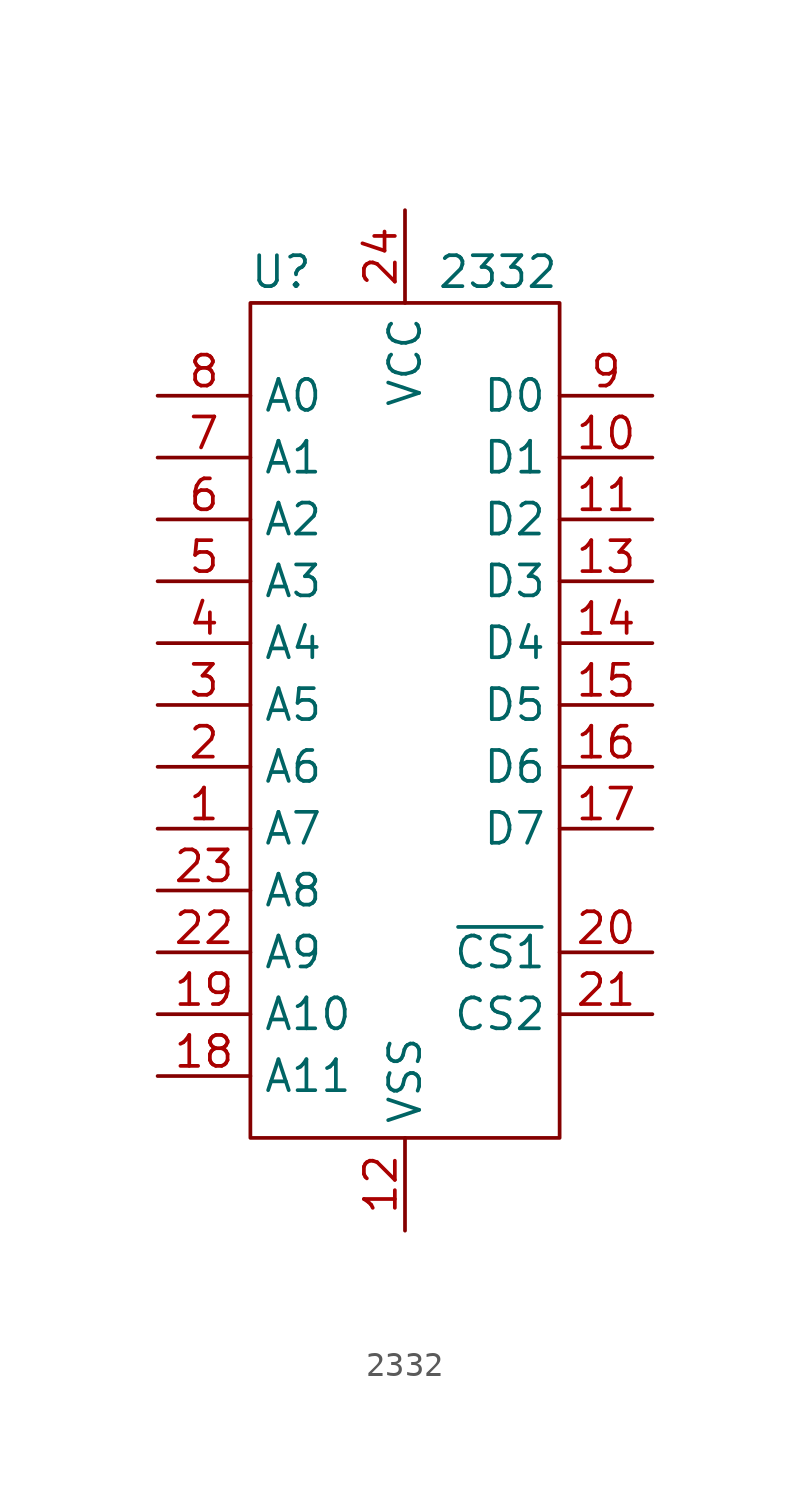
<source format=kicad_sym>
(kicad_symbol_lib
  (version 20220914)
  (generator kicad_symbol_editor)
  (symbol "2332"
    (property "Reference" "U"
      (at -5.08 -2.54 0)
      (effects (font (size 1.27 1.27))))
    (property "Value" "2332"
      (at 3.81 -2.54 0)
      (effects (font (size 1.27 1.27))))
    (symbol "2332_0_1"
      (rectangle (start -6.35 -3.81) (end 6.35 -38.1) (stroke (width 0) (type default)) (fill (type none))))
    (symbol "2332_1_1"
      (pin input line (at -10.16 -25.4 0) (length 3.81) (name "A7" (effects (font (size 1.27 1.27)))) (number "1" (effects (font (size 1.27 1.27)))))
      (pin output line (at 10.16 -10.16 180) (length 3.81) (name "D1" (effects (font (size 1.27 1.27)))) (number "10" (effects (font (size 1.27 1.27)))))
      (pin output line (at 10.16 -12.7 180) (length 3.81) (name "D2" (effects (font (size 1.27 1.27)))) (number "11" (effects (font (size 1.27 1.27)))))
      (pin power_in line (at 0 -41.91 90) (length 3.81) (name "VSS" (effects (font (size 1.27 1.27)))) (number "12" (effects (font (size 1.27 1.27)))))
      (pin output line (at 10.16 -15.24 180) (length 3.81) (name "D3" (effects (font (size 1.27 1.27)))) (number "13" (effects (font (size 1.27 1.27)))))
      (pin output line (at 10.16 -17.78 180) (length 3.81) (name "D4" (effects (font (size 1.27 1.27)))) (number "14" (effects (font (size 1.27 1.27)))))
      (pin output line (at 10.16 -20.32 180) (length 3.81) (name "D5" (effects (font (size 1.27 1.27)))) (number "15" (effects (font (size 1.27 1.27)))))
      (pin output line (at 10.16 -22.86 180) (length 3.81) (name "D6" (effects (font (size 1.27 1.27)))) (number "16" (effects (font (size 1.27 1.27)))))
      (pin output line (at 10.16 -25.4 180) (length 3.81) (name "D7" (effects (font (size 1.27 1.27)))) (number "17" (effects (font (size 1.27 1.27)))))
      (pin input line (at -10.16 -35.56 0) (length 3.81) (name "A11" (effects (font (size 1.27 1.27)))) (number "18" (effects (font (size 1.27 1.27)))))
      (pin input line (at -10.16 -33.02 0) (length 3.81) (name "A10" (effects (font (size 1.27 1.27)))) (number "19" (effects (font (size 1.27 1.27)))))
      (pin input line (at -10.16 -22.86 0) (length 3.81) (name "A6" (effects (font (size 1.27 1.27)))) (number "2" (effects (font (size 1.27 1.27)))))
      (pin input line (at 10.16 -30.48 180) (length 3.81) (name "~{CS1}" (effects (font (size 1.27 1.27)))) (number "20" (effects (font (size 1.27 1.27)))))
      (pin input line (at 10.16 -33.02 180) (length 3.81) (name "CS2" (effects (font (size 1.27 1.27)))) (number "21" (effects (font (size 1.27 1.27)))))
      (pin input line (at -10.16 -30.48 0) (length 3.81) (name "A9" (effects (font (size 1.27 1.27)))) (number "22" (effects (font (size 1.27 1.27)))))
      (pin input line (at -10.16 -27.94 0) (length 3.81) (name "A8" (effects (font (size 1.27 1.27)))) (number "23" (effects (font (size 1.27 1.27)))))
      (pin power_in line (at 0 0 270) (length 3.81) (name "VCC" (effects (font (size 1.27 1.27)))) (number "24" (effects (font (size 1.27 1.27)))))
      (pin input line (at -10.16 -20.32 0) (length 3.81) (name "A5" (effects (font (size 1.27 1.27)))) (number "3" (effects (font (size 1.27 1.27)))))
      (pin input line (at -10.16 -17.78 0) (length 3.81) (name "A4" (effects (font (size 1.27 1.27)))) (number "4" (effects (font (size 1.27 1.27)))))
      (pin input line (at -10.16 -15.24 0) (length 3.81) (name "A3" (effects (font (size 1.27 1.27)))) (number "5" (effects (font (size 1.27 1.27)))))
      (pin input line (at -10.16 -12.7 0) (length 3.81) (name "A2" (effects (font (size 1.27 1.27)))) (number "6" (effects (font (size 1.27 1.27)))))
      (pin input line (at -10.16 -10.16 0) (length 3.81) (name "A1" (effects (font (size 1.27 1.27)))) (number "7" (effects (font (size 1.27 1.27)))))
      (pin input line (at -10.16 -7.62 0) (length 3.81) (name "A0" (effects (font (size 1.27 1.27)))) (number "8" (effects (font (size 1.27 1.27)))))
      (pin output line (at 10.16 -7.62 180) (length 3.81) (name "D0" (effects (font (size 1.27 1.27)))) (number "9" (effects (font (size 1.27 1.27))))))))
</source>
